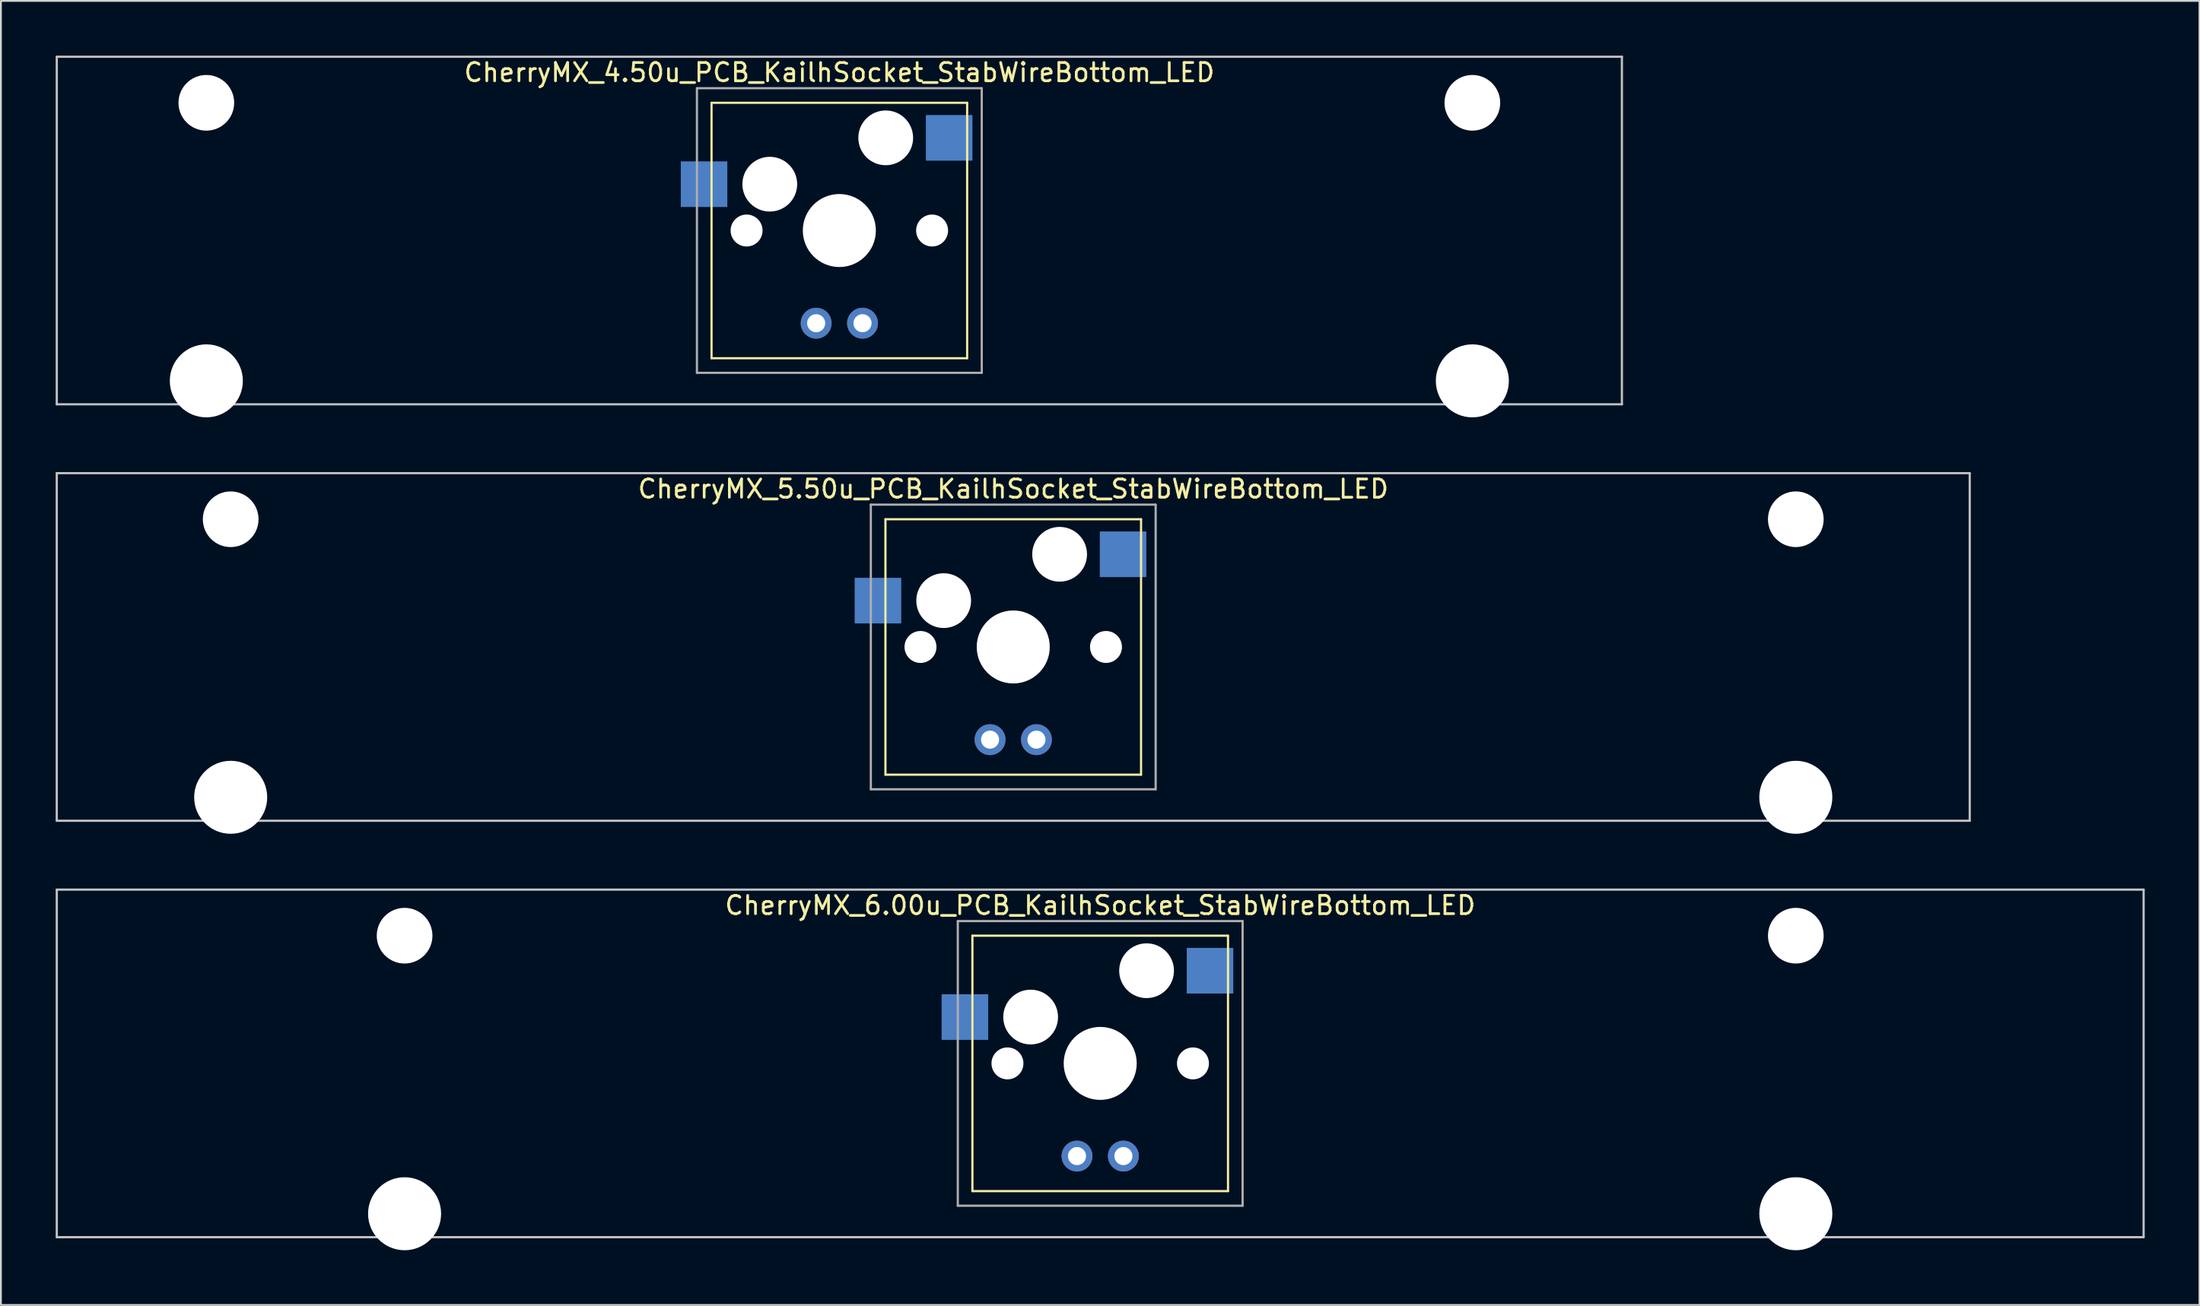
<source format=kicad_pcb>
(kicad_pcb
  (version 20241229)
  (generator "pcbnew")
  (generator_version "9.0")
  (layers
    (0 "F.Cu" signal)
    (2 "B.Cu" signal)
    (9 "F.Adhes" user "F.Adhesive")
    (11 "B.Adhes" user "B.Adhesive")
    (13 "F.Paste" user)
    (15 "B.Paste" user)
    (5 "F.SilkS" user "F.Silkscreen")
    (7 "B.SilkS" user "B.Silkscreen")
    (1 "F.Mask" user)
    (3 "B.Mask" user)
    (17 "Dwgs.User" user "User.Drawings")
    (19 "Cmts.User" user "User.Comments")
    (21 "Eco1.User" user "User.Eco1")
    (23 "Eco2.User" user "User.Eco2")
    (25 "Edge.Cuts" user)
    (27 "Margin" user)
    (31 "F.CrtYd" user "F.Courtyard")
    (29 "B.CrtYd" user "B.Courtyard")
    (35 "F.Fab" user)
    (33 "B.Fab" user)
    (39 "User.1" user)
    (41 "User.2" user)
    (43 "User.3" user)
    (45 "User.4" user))
  (footprint "CherryMX_4.50u_PCB_KailhSocket_StabWireBottom_LED"
    (layer "F.Cu")
    (at 42.922 9.585)
    (property "Reference" "CherryMX_4.50u_PCB_KailhSocket_StabWireBottom_LED" (at 0 -8.662 0) (layer "F.SilkS") (effects (font (size 1 1) (thickness 0.15))))
    (attr through_hole)
    (fp_line (start -7 -7) (end -7 7) (stroke (width 0.12) (type solid)) (layer "F.SilkS"))
    (fp_line (start -7 -7) (end 7 -7) (stroke (width 0.12) (type solid)) (layer "F.SilkS"))
    (fp_line (start 7 -7) (end 7 7) (stroke (width 0.12) (type solid)) (layer "F.SilkS"))
    (fp_line (start 7 7) (end -7 7) (stroke (width 0.12) (type solid)) (layer "F.SilkS"))
    (fp_line (start -42.862 -9.525) (end 42.862 -9.525) (stroke (width 0.12) (type solid)) (layer "Dwgs.User"))
    (fp_line (start -42.862 9.525) (end -42.862 -9.525) (stroke (width 0.12) (type solid)) (layer "Dwgs.User"))
    (fp_line (start 42.862 -9.525) (end 42.862 9.525) (stroke (width 0.12) (type solid)) (layer "Dwgs.User"))
    (fp_line (start 42.862 9.525) (end -42.862 9.525) (stroke (width 0.12) (type solid)) (layer "Dwgs.User"))
    (fp_line (start -7.8 -7.8) (end -7.8 7.8) (stroke (width 0.12) (type solid)) (layer "F.Fab"))
    (fp_line (start -7.8 -7.8) (end 7.8 -7.8) (stroke (width 0.12) (type solid)) (layer "F.Fab"))
    (fp_line (start -7.8 7.8) (end 7.8 7.8) (stroke (width 0.12) (type solid)) (layer "F.Fab"))
    (fp_line (start 7.8 -7.8) (end 7.8 7.8) (stroke (width 0.12) (type solid)) (layer "F.Fab"))
    (pad "" np_thru_hole circle (at -34.671 -7) (size 3.05 3.05) (drill 3.05) (layers "*.Cu" "*.Mask"))
    (pad "" np_thru_hole circle (at -34.671 8.24) (size 4 4) (drill 4) (layers "*.Cu" "*.Mask"))
    (pad "" np_thru_hole circle (at -5.08 0) (size 1.75 1.75) (drill 1.75) (layers "*.Cu" "*.Mask"))
    (pad "" np_thru_hole circle (at -3.81 -2.54) (size 3 3) (drill 3) (layers "*.Cu" "*.Mask"))
    (pad "" np_thru_hole circle (at 0 0) (size 4 4) (drill 4) (layers "*.Cu" "*.Mask"))
    (pad "" np_thru_hole circle (at 2.54 -5.08) (size 3 3) (drill 3) (layers "*.Cu" "*.Mask"))
    (pad "" np_thru_hole circle (at 5.08 0) (size 1.75 1.75) (drill 1.75) (layers "*.Cu" "*.Mask"))
    (pad "" np_thru_hole circle (at 34.671 -7) (size 3.05 3.05) (drill 3.05) (layers "*.Cu" "*.Mask"))
    (pad "" np_thru_hole circle (at 34.671 8.24) (size 4 4) (drill 4) (layers "*.Cu" "*.Mask"))
    (pad "1" smd rect (at -7.41 -2.54) (size 2.55 2.5) (layers "B.Cu" "B.Mask" "B.Paste"))
    (pad "2" smd rect (at 6.015 -5.08) (size 2.55 2.5) (layers "B.Cu" "B.Mask" "B.Paste"))
    (pad "3" thru_hole circle (at -1.27 5.08) (size 1.691 1.691) (drill 0.991) (layers "*.Cu" "*.Mask"))
    (pad "4" thru_hole circle (at 1.27 5.08) (size 1.691 1.691) (drill 0.991) (layers "*.Cu" "*.Mask")))
  (footprint "CherryMX_6.00u_PCB_KailhSocket_StabWireBottom_LED"
    (layer "F.Cu")
    (at 57.21 55.235)
    (property "Reference" "CherryMX_6.00u_PCB_KailhSocket_StabWireBottom_LED" (at 0 -8.662 0) (layer "F.SilkS") (effects (font (size 1 1) (thickness 0.15))))
    (attr through_hole)
    (fp_line (start -7 -7) (end -7 7) (stroke (width 0.12) (type solid)) (layer "F.SilkS"))
    (fp_line (start -7 -7) (end 7 -7) (stroke (width 0.12) (type solid)) (layer "F.SilkS"))
    (fp_line (start 7 -7) (end 7 7) (stroke (width 0.12) (type solid)) (layer "F.SilkS"))
    (fp_line (start 7 7) (end -7 7) (stroke (width 0.12) (type solid)) (layer "F.SilkS"))
    (fp_line (start -57.15 -9.525) (end 57.15 -9.525) (stroke (width 0.12) (type solid)) (layer "Dwgs.User"))
    (fp_line (start -57.15 9.525) (end -57.15 -9.525) (stroke (width 0.12) (type solid)) (layer "Dwgs.User"))
    (fp_line (start 57.15 -9.525) (end 57.15 9.525) (stroke (width 0.12) (type solid)) (layer "Dwgs.User"))
    (fp_line (start 57.15 9.525) (end -57.15 9.525) (stroke (width 0.12) (type solid)) (layer "Dwgs.User"))
    (fp_line (start -7.8 -7.8) (end -7.8 7.8) (stroke (width 0.12) (type solid)) (layer "F.Fab"))
    (fp_line (start -7.8 -7.8) (end 7.8 -7.8) (stroke (width 0.12) (type solid)) (layer "F.Fab"))
    (fp_line (start -7.8 7.8) (end 7.8 7.8) (stroke (width 0.12) (type solid)) (layer "F.Fab"))
    (fp_line (start 7.8 -7.8) (end 7.8 7.8) (stroke (width 0.12) (type solid)) (layer "F.Fab"))
    (pad "" np_thru_hole circle (at -38.1 -7) (size 3.05 3.05) (drill 3.05) (layers "*.Cu" "*.Mask"))
    (pad "" np_thru_hole circle (at -38.1 8.24) (size 4 4) (drill 4) (layers "*.Cu" "*.Mask"))
    (pad "" np_thru_hole circle (at -5.08 0) (size 1.75 1.75) (drill 1.75) (layers "*.Cu" "*.Mask"))
    (pad "" np_thru_hole circle (at -3.81 -2.54) (size 3 3) (drill 3) (layers "*.Cu" "*.Mask"))
    (pad "" np_thru_hole circle (at 0 0) (size 4 4) (drill 4) (layers "*.Cu" "*.Mask"))
    (pad "" np_thru_hole circle (at 2.54 -5.08) (size 3 3) (drill 3) (layers "*.Cu" "*.Mask"))
    (pad "" np_thru_hole circle (at 5.08 0) (size 1.75 1.75) (drill 1.75) (layers "*.Cu" "*.Mask"))
    (pad "" np_thru_hole circle (at 38.1 -7) (size 3.05 3.05) (drill 3.05) (layers "*.Cu" "*.Mask"))
    (pad "" np_thru_hole circle (at 38.1 8.24) (size 4 4) (drill 4) (layers "*.Cu" "*.Mask"))
    (pad "1" smd rect (at -7.41 -2.54) (size 2.55 2.5) (layers "B.Cu" "B.Mask" "B.Paste"))
    (pad "2" smd rect (at 6.015 -5.08) (size 2.55 2.5) (layers "B.Cu" "B.Mask" "B.Paste"))
    (pad "3" thru_hole circle (at -1.27 5.08) (size 1.691 1.691) (drill 0.991) (layers "*.Cu" "*.Mask"))
    (pad "4" thru_hole circle (at 1.27 5.08) (size 1.691 1.691) (drill 0.991) (layers "*.Cu" "*.Mask")))
  (footprint "CherryMX_5.50u_PCB_KailhSocket_StabWireBottom_LED"
    (layer "F.Cu")
    (at 52.447 32.41)
    (property "Reference" "CherryMX_5.50u_PCB_KailhSocket_StabWireBottom_LED" (at 0 -8.662 0) (layer "F.SilkS") (effects (font (size 1 1) (thickness 0.15))))
    (attr through_hole)
    (fp_line (start -7 -7) (end -7 7) (stroke (width 0.12) (type solid)) (layer "F.SilkS"))
    (fp_line (start -7 -7) (end 7 -7) (stroke (width 0.12) (type solid)) (layer "F.SilkS"))
    (fp_line (start 7 -7) (end 7 7) (stroke (width 0.12) (type solid)) (layer "F.SilkS"))
    (fp_line (start 7 7) (end -7 7) (stroke (width 0.12) (type solid)) (layer "F.SilkS"))
    (fp_line (start -52.388 -9.525) (end 52.388 -9.525) (stroke (width 0.12) (type solid)) (layer "Dwgs.User"))
    (fp_line (start -52.388 9.525) (end -52.388 -9.525) (stroke (width 0.12) (type solid)) (layer "Dwgs.User"))
    (fp_line (start 52.388 -9.525) (end 52.388 9.525) (stroke (width 0.12) (type solid)) (layer "Dwgs.User"))
    (fp_line (start 52.388 9.525) (end -52.388 9.525) (stroke (width 0.12) (type solid)) (layer "Dwgs.User"))
    (fp_line (start -7.8 -7.8) (end -7.8 7.8) (stroke (width 0.12) (type solid)) (layer "F.Fab"))
    (fp_line (start -7.8 -7.8) (end 7.8 -7.8) (stroke (width 0.12) (type solid)) (layer "F.Fab"))
    (fp_line (start -7.8 7.8) (end 7.8 7.8) (stroke (width 0.12) (type solid)) (layer "F.Fab"))
    (fp_line (start 7.8 -7.8) (end 7.8 7.8) (stroke (width 0.12) (type solid)) (layer "F.Fab"))
    (pad "" np_thru_hole circle (at -42.862 -7) (size 3.05 3.05) (drill 3.05) (layers "*.Cu" "*.Mask"))
    (pad "" np_thru_hole circle (at -42.862 8.24) (size 4 4) (drill 4) (layers "*.Cu" "*.Mask"))
    (pad "" np_thru_hole circle (at -5.08 0) (size 1.75 1.75) (drill 1.75) (layers "*.Cu" "*.Mask"))
    (pad "" np_thru_hole circle (at -3.81 -2.54) (size 3 3) (drill 3) (layers "*.Cu" "*.Mask"))
    (pad "" np_thru_hole circle (at 0 0) (size 4 4) (drill 4) (layers "*.Cu" "*.Mask"))
    (pad "" np_thru_hole circle (at 2.54 -5.08) (size 3 3) (drill 3) (layers "*.Cu" "*.Mask"))
    (pad "" np_thru_hole circle (at 5.08 0) (size 1.75 1.75) (drill 1.75) (layers "*.Cu" "*.Mask"))
    (pad "" np_thru_hole circle (at 42.862 -7) (size 3.05 3.05) (drill 3.05) (layers "*.Cu" "*.Mask"))
    (pad "" np_thru_hole circle (at 42.862 8.24) (size 4 4) (drill 4) (layers "*.Cu" "*.Mask"))
    (pad "1" smd rect (at -7.41 -2.54) (size 2.55 2.5) (layers "B.Cu" "B.Mask" "B.Paste"))
    (pad "2" smd rect (at 6.015 -5.08) (size 2.55 2.5) (layers "B.Cu" "B.Mask" "B.Paste"))
    (pad "3" thru_hole circle (at -1.27 5.08) (size 1.691 1.691) (drill 0.991) (layers "*.Cu" "*.Mask"))
    (pad "4" thru_hole circle (at 1.27 5.08) (size 1.691 1.691) (drill 0.991) (layers "*.Cu" "*.Mask")))
  (gr_rect
    (start -3 -3)
    (end 117.42 68.475)
    (stroke (width 0.1) (type default))
    (fill no)
    (layer "Edge.Cuts")))
</source>
